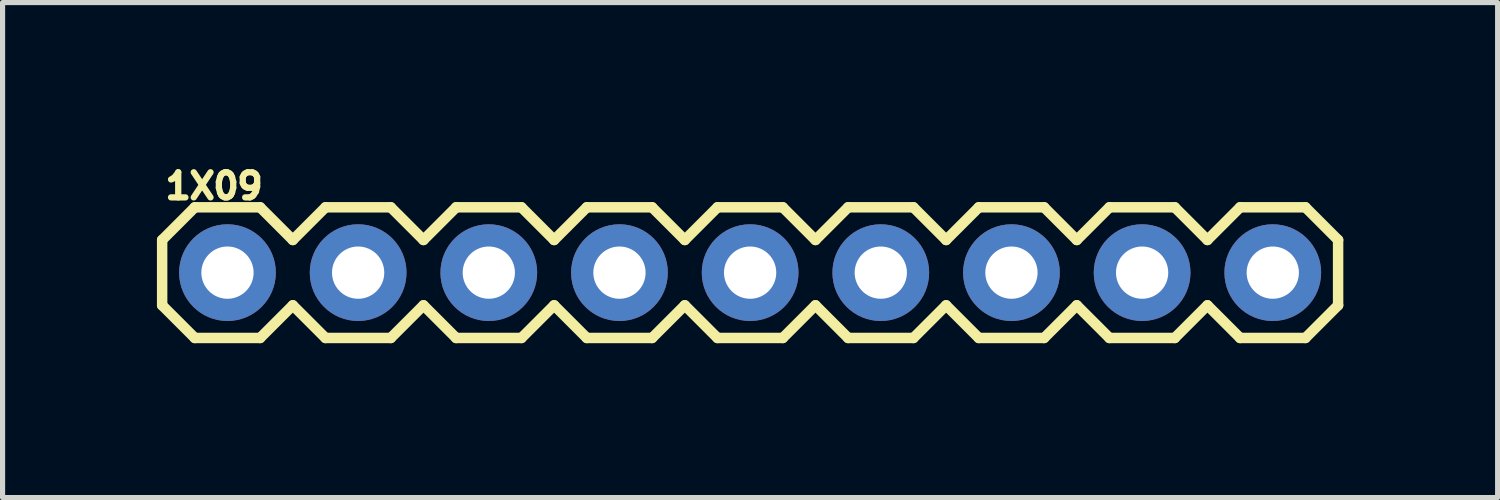
<source format=kicad_pcb>
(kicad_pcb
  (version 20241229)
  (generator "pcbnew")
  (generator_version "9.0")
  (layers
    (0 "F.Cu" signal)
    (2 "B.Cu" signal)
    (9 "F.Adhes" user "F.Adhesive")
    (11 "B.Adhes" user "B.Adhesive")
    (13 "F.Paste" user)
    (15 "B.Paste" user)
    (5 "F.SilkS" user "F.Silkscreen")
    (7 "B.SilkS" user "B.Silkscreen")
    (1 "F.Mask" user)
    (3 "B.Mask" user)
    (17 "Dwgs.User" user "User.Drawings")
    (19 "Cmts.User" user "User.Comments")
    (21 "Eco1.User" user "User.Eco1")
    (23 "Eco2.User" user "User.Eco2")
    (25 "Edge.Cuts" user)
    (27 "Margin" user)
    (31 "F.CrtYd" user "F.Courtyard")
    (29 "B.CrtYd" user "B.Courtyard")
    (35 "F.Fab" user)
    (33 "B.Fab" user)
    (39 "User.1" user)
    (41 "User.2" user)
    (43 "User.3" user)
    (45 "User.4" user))
  (footprint "1X09"
    (layer "F.Cu")
    (at 1.372 2.25)
    (property "Reference" "1X09" (at -1.27 -1.397 0) (layer "F.SilkS") (effects (font (size 0.488 0.488) (thickness 0.122)) (justify left bottom)))
    (fp_line (start -1.27 -0.635) (end -1.27 0.635) (stroke (width 0.203) (type solid)) (layer "F.SilkS"))
    (fp_line (start -1.27 0.635) (end -0.635 1.27) (stroke (width 0.203) (type solid)) (layer "F.SilkS"))
    (fp_line (start -0.635 -1.27) (end -1.27 -0.635) (stroke (width 0.203) (type solid)) (layer "F.SilkS"))
    (fp_line (start -0.635 -1.27) (end 0.635 -1.27) (stroke (width 0.203) (type solid)) (layer "F.SilkS"))
    (fp_line (start 0.635 -1.27) (end 1.27 -0.635) (stroke (width 0.203) (type solid)) (layer "F.SilkS"))
    (fp_line (start 0.635 1.27) (end -0.635 1.27) (stroke (width 0.203) (type solid)) (layer "F.SilkS"))
    (fp_line (start 1.27 -0.635) (end 1.905 -1.27) (stroke (width 0.203) (type solid)) (layer "F.SilkS"))
    (fp_line (start 1.27 0.635) (end 0.635 1.27) (stroke (width 0.203) (type solid)) (layer "F.SilkS"))
    (fp_line (start 1.905 -1.27) (end 3.175 -1.27) (stroke (width 0.203) (type solid)) (layer "F.SilkS"))
    (fp_line (start 1.905 1.27) (end 1.27 0.635) (stroke (width 0.203) (type solid)) (layer "F.SilkS"))
    (fp_line (start 3.175 -1.27) (end 3.81 -0.635) (stroke (width 0.203) (type solid)) (layer "F.SilkS"))
    (fp_line (start 3.175 1.27) (end 1.905 1.27) (stroke (width 0.203) (type solid)) (layer "F.SilkS"))
    (fp_line (start 3.81 -0.635) (end 4.445 -1.27) (stroke (width 0.203) (type solid)) (layer "F.SilkS"))
    (fp_line (start 3.81 0.635) (end 3.175 1.27) (stroke (width 0.203) (type solid)) (layer "F.SilkS"))
    (fp_line (start 4.445 -1.27) (end 5.715 -1.27) (stroke (width 0.203) (type solid)) (layer "F.SilkS"))
    (fp_line (start 4.445 1.27) (end 3.81 0.635) (stroke (width 0.203) (type solid)) (layer "F.SilkS"))
    (fp_line (start 5.715 -1.27) (end 6.35 -0.635) (stroke (width 0.203) (type solid)) (layer "F.SilkS"))
    (fp_line (start 5.715 1.27) (end 4.445 1.27) (stroke (width 0.203) (type solid)) (layer "F.SilkS"))
    (fp_line (start 6.35 0.635) (end 5.715 1.27) (stroke (width 0.203) (type solid)) (layer "F.SilkS"))
    (fp_line (start 6.35 0.635) (end 6.985 1.27) (stroke (width 0.203) (type solid)) (layer "F.SilkS"))
    (fp_line (start 6.985 -1.27) (end 6.35 -0.635) (stroke (width 0.203) (type solid)) (layer "F.SilkS"))
    (fp_line (start 6.985 -1.27) (end 8.255 -1.27) (stroke (width 0.203) (type solid)) (layer "F.SilkS"))
    (fp_line (start 8.255 -1.27) (end 8.89 -0.635) (stroke (width 0.203) (type solid)) (layer "F.SilkS"))
    (fp_line (start 8.255 1.27) (end 6.985 1.27) (stroke (width 0.203) (type solid)) (layer "F.SilkS"))
    (fp_line (start 8.89 -0.635) (end 9.525 -1.27) (stroke (width 0.203) (type solid)) (layer "F.SilkS"))
    (fp_line (start 8.89 0.635) (end 8.255 1.27) (stroke (width 0.203) (type solid)) (layer "F.SilkS"))
    (fp_line (start 9.525 -1.27) (end 10.795 -1.27) (stroke (width 0.203) (type solid)) (layer "F.SilkS"))
    (fp_line (start 9.525 1.27) (end 8.89 0.635) (stroke (width 0.203) (type solid)) (layer "F.SilkS"))
    (fp_line (start 10.795 -1.27) (end 11.43 -0.635) (stroke (width 0.203) (type solid)) (layer "F.SilkS"))
    (fp_line (start 10.795 1.27) (end 9.525 1.27) (stroke (width 0.203) (type solid)) (layer "F.SilkS"))
    (fp_line (start 11.43 -0.635) (end 12.065 -1.27) (stroke (width 0.203) (type solid)) (layer "F.SilkS"))
    (fp_line (start 11.43 0.635) (end 10.795 1.27) (stroke (width 0.203) (type solid)) (layer "F.SilkS"))
    (fp_line (start 12.065 -1.27) (end 13.335 -1.27) (stroke (width 0.203) (type solid)) (layer "F.SilkS"))
    (fp_line (start 12.065 1.27) (end 11.43 0.635) (stroke (width 0.203) (type solid)) (layer "F.SilkS"))
    (fp_line (start 13.335 -1.27) (end 13.97 -0.635) (stroke (width 0.203) (type solid)) (layer "F.SilkS"))
    (fp_line (start 13.335 1.27) (end 12.065 1.27) (stroke (width 0.203) (type solid)) (layer "F.SilkS"))
    (fp_line (start 13.97 0.635) (end 13.335 1.27) (stroke (width 0.203) (type solid)) (layer "F.SilkS"))
    (fp_line (start 13.97 0.635) (end 14.605 1.27) (stroke (width 0.203) (type solid)) (layer "F.SilkS"))
    (fp_line (start 14.605 -1.27) (end 13.97 -0.635) (stroke (width 0.203) (type solid)) (layer "F.SilkS"))
    (fp_line (start 14.605 -1.27) (end 15.875 -1.27) (stroke (width 0.203) (type solid)) (layer "F.SilkS"))
    (fp_line (start 15.875 -1.27) (end 16.51 -0.635) (stroke (width 0.203) (type solid)) (layer "F.SilkS"))
    (fp_line (start 15.875 1.27) (end 14.605 1.27) (stroke (width 0.203) (type solid)) (layer "F.SilkS"))
    (fp_line (start 16.51 0.635) (end 15.875 1.27) (stroke (width 0.203) (type solid)) (layer "F.SilkS"))
    (fp_line (start 16.51 0.635) (end 17.145 1.27) (stroke (width 0.203) (type solid)) (layer "F.SilkS"))
    (fp_line (start 17.145 -1.27) (end 16.51 -0.635) (stroke (width 0.203) (type solid)) (layer "F.SilkS"))
    (fp_line (start 17.145 -1.27) (end 18.415 -1.27) (stroke (width 0.203) (type solid)) (layer "F.SilkS"))
    (fp_line (start 18.415 -1.27) (end 19.05 -0.635) (stroke (width 0.203) (type solid)) (layer "F.SilkS"))
    (fp_line (start 18.415 1.27) (end 17.145 1.27) (stroke (width 0.203) (type solid)) (layer "F.SilkS"))
    (fp_line (start 19.05 0.635) (end 18.415 1.27) (stroke (width 0.203) (type solid)) (layer "F.SilkS"))
    (fp_line (start 19.05 0.635) (end 19.685 1.27) (stroke (width 0.203) (type solid)) (layer "F.SilkS"))
    (fp_line (start 19.685 -1.27) (end 19.05 -0.635) (stroke (width 0.203) (type solid)) (layer "F.SilkS"))
    (fp_line (start 19.685 -1.27) (end 20.955 -1.27) (stroke (width 0.203) (type solid)) (layer "F.SilkS"))
    (fp_line (start 20.955 -1.27) (end 21.59 -0.635) (stroke (width 0.203) (type solid)) (layer "F.SilkS"))
    (fp_line (start 20.955 1.27) (end 19.685 1.27) (stroke (width 0.203) (type solid)) (layer "F.SilkS"))
    (fp_line (start 21.59 -0.635) (end 21.59 0.635) (stroke (width 0.203) (type solid)) (layer "F.SilkS"))
    (fp_line (start 21.59 0.635) (end 20.955 1.27) (stroke (width 0.203) (type solid)) (layer "F.SilkS"))
    (fp_poly (pts (xy -0.254 0.254) (xy 0.254 0.254) (xy 0.254 -0.254) (xy -0.254 -0.254)) (stroke (width 0.1) (type solid)) (fill no) (layer "F.Fab"))
    (fp_poly (pts (xy 2.286 0.254) (xy 2.794 0.254) (xy 2.794 -0.254) (xy 2.286 -0.254)) (stroke (width 0.1) (type solid)) (fill no) (layer "F.Fab"))
    (fp_poly (pts (xy 4.826 0.254) (xy 5.334 0.254) (xy 5.334 -0.254) (xy 4.826 -0.254)) (stroke (width 0.1) (type solid)) (fill no) (layer "F.Fab"))
    (fp_poly (pts (xy 7.366 0.254) (xy 7.874 0.254) (xy 7.874 -0.254) (xy 7.366 -0.254)) (stroke (width 0.1) (type solid)) (fill no) (layer "F.Fab"))
    (fp_poly (pts (xy 9.906 0.254) (xy 10.414 0.254) (xy 10.414 -0.254) (xy 9.906 -0.254)) (stroke (width 0.1) (type solid)) (fill no) (layer "F.Fab"))
    (fp_poly (pts (xy 12.446 0.254) (xy 12.954 0.254) (xy 12.954 -0.254) (xy 12.446 -0.254)) (stroke (width 0.1) (type solid)) (fill no) (layer "F.Fab"))
    (fp_poly (pts (xy 14.986 0.254) (xy 15.494 0.254) (xy 15.494 -0.254) (xy 14.986 -0.254)) (stroke (width 0.1) (type solid)) (fill no) (layer "F.Fab"))
    (fp_poly (pts (xy 17.526 0.254) (xy 18.034 0.254) (xy 18.034 -0.254) (xy 17.526 -0.254)) (stroke (width 0.1) (type solid)) (fill no) (layer "F.Fab"))
    (fp_poly (pts (xy 20.066 0.254) (xy 20.574 0.254) (xy 20.574 -0.254) (xy 20.066 -0.254)) (stroke (width 0.1) (type solid)) (fill no) (layer "F.Fab"))
    (pad "1" thru_hole circle (at 0 0 90) (size 1.88 1.88) (drill 1.016) (layers "*.Cu" "*.Mask"))
    (pad "2" thru_hole circle (at 2.54 0 90) (size 1.88 1.88) (drill 1.016) (layers "*.Cu" "*.Mask"))
    (pad "3" thru_hole circle (at 5.08 0 90) (size 1.88 1.88) (drill 1.016) (layers "*.Cu" "*.Mask"))
    (pad "4" thru_hole circle (at 7.62 0 90) (size 1.88 1.88) (drill 1.016) (layers "*.Cu" "*.Mask"))
    (pad "5" thru_hole circle (at 10.16 0 90) (size 1.88 1.88) (drill 1.016) (layers "*.Cu" "*.Mask"))
    (pad "6" thru_hole circle (at 12.7 0 90) (size 1.88 1.88) (drill 1.016) (layers "*.Cu" "*.Mask"))
    (pad "7" thru_hole circle (at 15.24 0 90) (size 1.88 1.88) (drill 1.016) (layers "*.Cu" "*.Mask"))
    (pad "8" thru_hole circle (at 17.78 0 90) (size 1.88 1.88) (drill 1.016) (layers "*.Cu" "*.Mask"))
    (pad "9" thru_hole circle (at 20.32 0 90) (size 1.88 1.88) (drill 1.016) (layers "*.Cu" "*.Mask")))
  (gr_rect
    (start -3 -3)
    (end 26.063 6.622)
    (stroke (width 0.1) (type default))
    (fill no)
    (layer "Edge.Cuts")))
</source>
